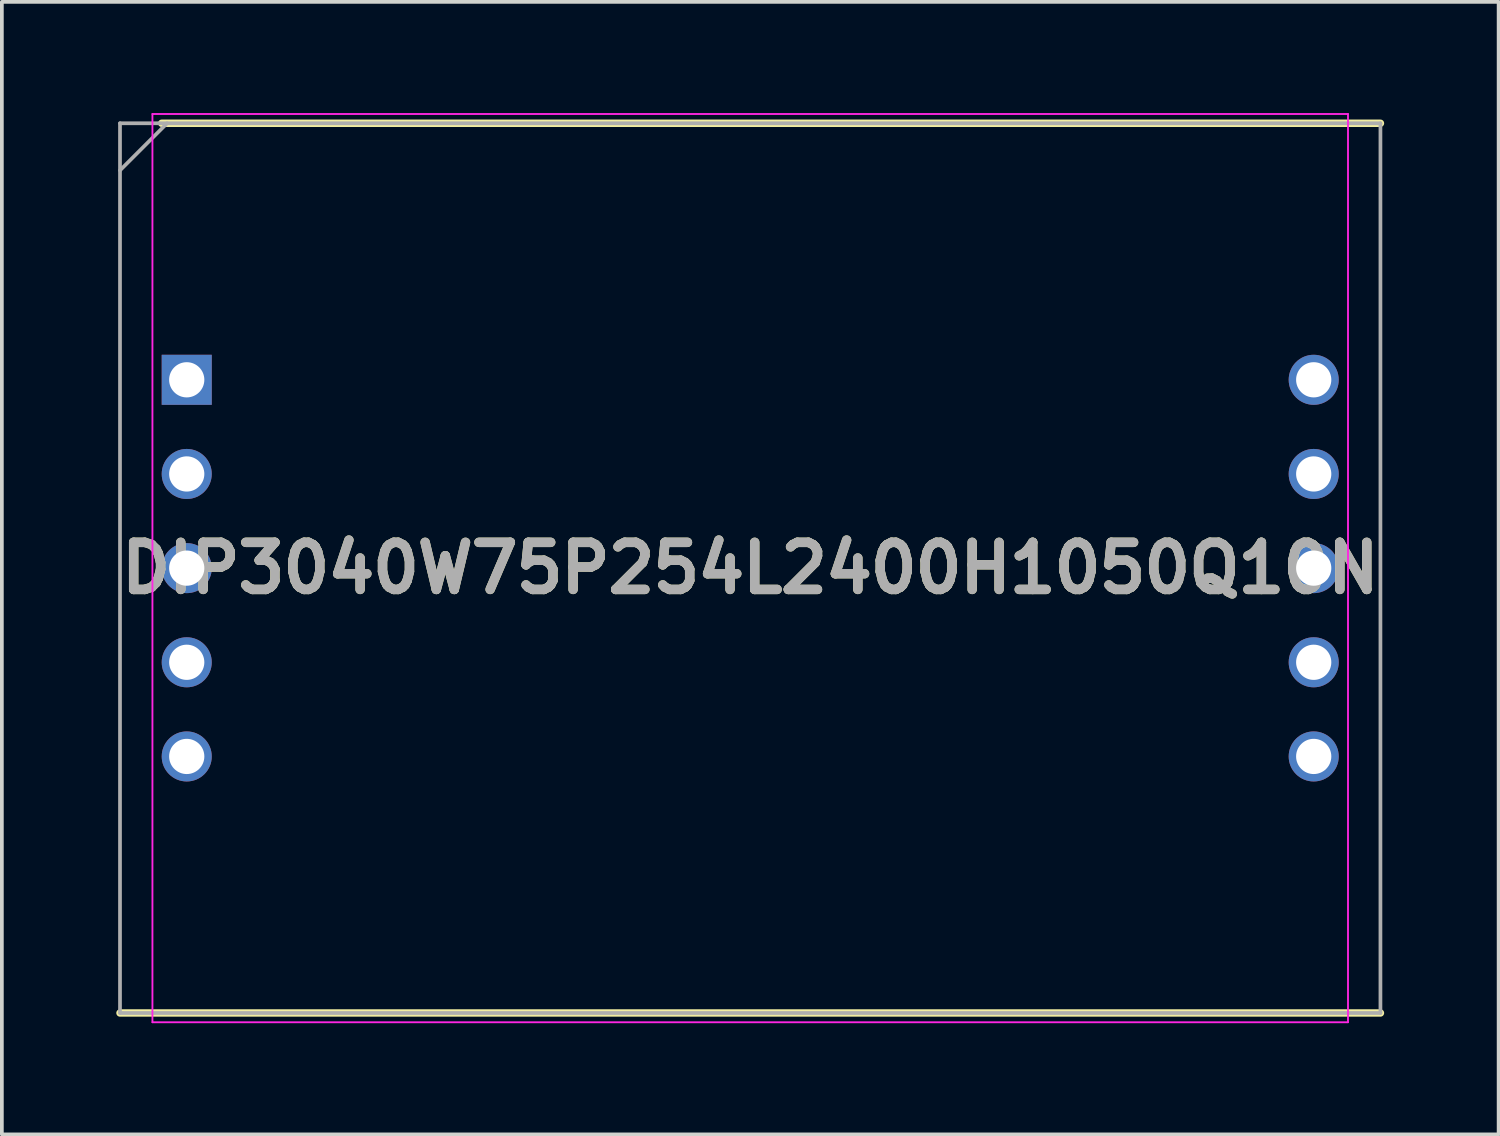
<source format=kicad_pcb>
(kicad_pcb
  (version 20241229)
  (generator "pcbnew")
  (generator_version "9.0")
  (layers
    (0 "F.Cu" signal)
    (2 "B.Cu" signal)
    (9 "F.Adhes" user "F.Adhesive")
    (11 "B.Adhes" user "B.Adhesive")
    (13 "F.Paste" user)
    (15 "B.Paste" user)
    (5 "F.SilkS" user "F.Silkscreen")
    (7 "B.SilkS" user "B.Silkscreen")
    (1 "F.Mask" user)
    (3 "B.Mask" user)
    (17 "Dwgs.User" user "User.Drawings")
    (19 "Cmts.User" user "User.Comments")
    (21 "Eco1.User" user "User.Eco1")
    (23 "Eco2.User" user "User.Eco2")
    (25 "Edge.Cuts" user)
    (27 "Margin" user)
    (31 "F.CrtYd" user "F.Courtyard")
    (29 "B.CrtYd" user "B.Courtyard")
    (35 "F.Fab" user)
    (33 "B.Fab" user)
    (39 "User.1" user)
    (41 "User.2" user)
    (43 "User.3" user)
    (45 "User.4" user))
  (footprint "DIP3040W75P254L2400H1050Q10N"
    (layer "F.Cu")
    (at 17.187 12.275)
    (property "Reference" "DIP3040W75P254L2400H1050Q10N" (at 0 0 0) (layer "F.SilkS") (effects (font (size 1.27 1.27) (thickness 0.254))))
    (attr through_hole)
    (fp_line (start -17 12) (end 17 12) (stroke (width 0.2) (type solid)) (layer "F.SilkS"))
    (fp_line (start -15.875 -12) (end 17 -12) (stroke (width 0.2) (type solid)) (layer "F.SilkS"))
    (fp_line (start -16.125 -12.25) (end 16.125 -12.25) (stroke (width 0.05) (type solid)) (layer "F.CrtYd"))
    (fp_line (start -16.125 12.25) (end -16.125 -12.25) (stroke (width 0.05) (type solid)) (layer "F.CrtYd"))
    (fp_line (start 16.125 -12.25) (end 16.125 12.25) (stroke (width 0.05) (type solid)) (layer "F.CrtYd"))
    (fp_line (start 16.125 12.25) (end -16.125 12.25) (stroke (width 0.05) (type solid)) (layer "F.CrtYd"))
    (fp_line (start -17 -12) (end 17 -12) (stroke (width 0.1) (type solid)) (layer "F.Fab"))
    (fp_line (start -17 -10.73) (end -15.73 -12) (stroke (width 0.1) (type solid)) (layer "F.Fab"))
    (fp_line (start -17 12) (end -17 -12) (stroke (width 0.1) (type solid)) (layer "F.Fab"))
    (fp_line (start 17 -12) (end 17 12) (stroke (width 0.1) (type solid)) (layer "F.Fab"))
    (fp_line (start 17 12) (end -17 12) (stroke (width 0.1) (type solid)) (layer "F.Fab"))
    (fp_text user "${REFERENCE}" (at 0 0 0) (layer "F.Fab") (effects (font (size 1.27 1.27) (thickness 0.254))))
    (pad "1" thru_hole rect (at -15.2 -5.08) (size 1.35 1.35) (drill 0.95) (layers "*.Cu" "*.Mask"))
    (pad "2" thru_hole circle (at -15.2 -2.54) (size 1.35 1.35) (drill 0.95) (layers "*.Cu" "*.Mask"))
    (pad "3" thru_hole circle (at -15.2 0) (size 1.35 1.35) (drill 0.95) (layers "*.Cu" "*.Mask"))
    (pad "4" thru_hole circle (at -15.2 2.54) (size 1.35 1.35) (drill 0.95) (layers "*.Cu" "*.Mask"))
    (pad "5" thru_hole circle (at -15.2 5.08) (size 1.35 1.35) (drill 0.95) (layers "*.Cu" "*.Mask"))
    (pad "6" thru_hole circle (at 15.2 5.08) (size 1.35 1.35) (drill 0.95) (layers "*.Cu" "*.Mask"))
    (pad "7" thru_hole circle (at 15.2 2.54) (size 1.35 1.35) (drill 0.95) (layers "*.Cu" "*.Mask"))
    (pad "8" thru_hole circle (at 15.2 0) (size 1.35 1.35) (drill 0.95) (layers "*.Cu" "*.Mask"))
    (pad "9" thru_hole circle (at 15.2 -2.54) (size 1.35 1.35) (drill 0.95) (layers "*.Cu" "*.Mask"))
    (pad "10" thru_hole circle (at 15.2 -5.08) (size 1.35 1.35) (drill 0.95) (layers "*.Cu" "*.Mask")))
  (gr_rect
    (start -3 -3)
    (end 37.375 27.55)
    (stroke (width 0.1) (type default))
    (fill no)
    (layer "Edge.Cuts")))
</source>
